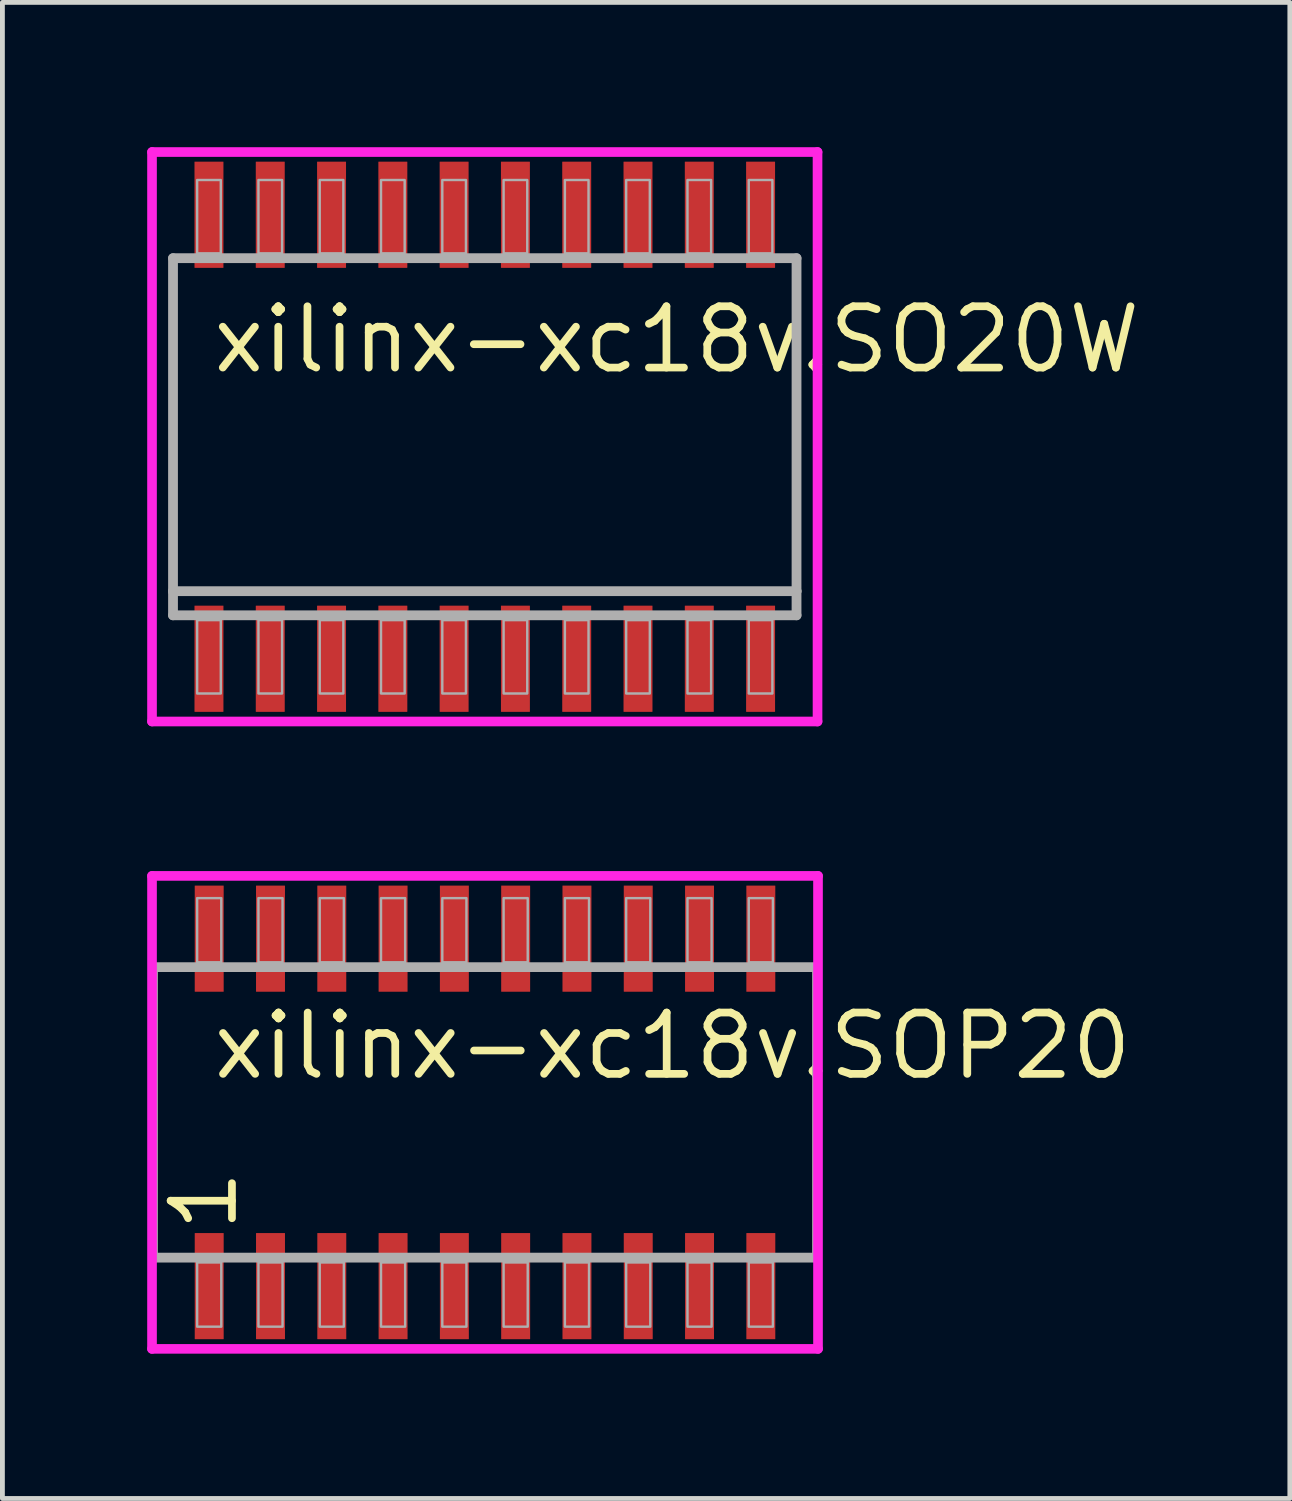
<source format=kicad_pcb>
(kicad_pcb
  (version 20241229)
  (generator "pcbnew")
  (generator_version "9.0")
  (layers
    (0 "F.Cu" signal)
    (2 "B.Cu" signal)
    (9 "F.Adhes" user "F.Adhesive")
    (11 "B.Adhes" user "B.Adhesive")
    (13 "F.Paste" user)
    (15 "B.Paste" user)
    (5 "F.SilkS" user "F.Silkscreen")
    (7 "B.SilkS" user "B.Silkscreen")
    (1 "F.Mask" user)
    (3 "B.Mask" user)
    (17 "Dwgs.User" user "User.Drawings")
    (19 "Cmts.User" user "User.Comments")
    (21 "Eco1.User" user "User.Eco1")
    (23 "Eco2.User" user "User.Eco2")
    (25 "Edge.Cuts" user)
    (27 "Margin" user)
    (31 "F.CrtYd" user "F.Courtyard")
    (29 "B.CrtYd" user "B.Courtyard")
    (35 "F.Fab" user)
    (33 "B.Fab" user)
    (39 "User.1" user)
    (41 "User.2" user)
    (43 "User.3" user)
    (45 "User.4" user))
  (footprint "xilinx-xc18v.SO20W"
    (layer "F.Cu")
    (at 6.995 6)
    (property "Reference" "xilinx-xc18v.SO20W" (at -5.715 -1.27 0) (layer "F.SilkS") (effects (font (size 1.27 1.27) (thickness 0.16)) (justify left bottom)))
    (attr smd)
    (fp_line (start -6.895 -5.9) (end 6.895 -5.9) (stroke (width 0.2) (type default)) (layer "F.CrtYd"))
    (fp_line (start -6.895 5.9) (end -6.895 -5.9) (stroke (width 0.2) (type default)) (layer "F.CrtYd"))
    (fp_line (start 6.895 -5.9) (end 6.895 5.9) (stroke (width 0.2) (type default)) (layer "F.CrtYd"))
    (fp_line (start 6.895 5.9) (end -6.895 5.9) (stroke (width 0.2) (type default)) (layer "F.CrtYd"))
    (fp_line (start -6.46 -3.7) (end 6.46 -3.7) (stroke (width 0.203) (type default)) (layer "F.Fab"))
    (fp_line (start -6.46 3.2) (end -6.46 -3.7) (stroke (width 0.203) (type default)) (layer "F.Fab"))
    (fp_line (start -6.46 3.7) (end -6.46 3.2) (stroke (width 0.203) (type default)) (layer "F.Fab"))
    (fp_line (start 6.46 -3.7) (end 6.46 3.2) (stroke (width 0.203) (type default)) (layer "F.Fab"))
    (fp_line (start 6.46 3.2) (end -6.46 3.2) (stroke (width 0.203) (type default)) (layer "F.Fab"))
    (fp_line (start 6.46 3.2) (end 6.46 3.7) (stroke (width 0.203) (type default)) (layer "F.Fab"))
    (fp_line (start 6.46 3.7) (end -6.46 3.7) (stroke (width 0.203) (type default)) (layer "F.Fab"))
    (fp_rect (start -5.96 -3.8) (end -5.47 -5.32) (stroke (width 0.05) (type default)) (fill no) (layer "F.Fab"))
    (fp_rect (start -5.96 5.32) (end -5.47 3.8) (stroke (width 0.05) (type default)) (fill no) (layer "F.Fab"))
    (fp_rect (start -4.69 -3.8) (end -4.2 -5.32) (stroke (width 0.05) (type default)) (fill no) (layer "F.Fab"))
    (fp_rect (start -4.69 5.32) (end -4.2 3.8) (stroke (width 0.05) (type default)) (fill no) (layer "F.Fab"))
    (fp_rect (start -3.42 -3.8) (end -2.93 -5.32) (stroke (width 0.05) (type default)) (fill no) (layer "F.Fab"))
    (fp_rect (start -3.42 5.32) (end -2.93 3.8) (stroke (width 0.05) (type default)) (fill no) (layer "F.Fab"))
    (fp_rect (start -2.15 -3.8) (end -1.66 -5.32) (stroke (width 0.05) (type default)) (fill no) (layer "F.Fab"))
    (fp_rect (start -2.15 5.32) (end -1.66 3.8) (stroke (width 0.05) (type default)) (fill no) (layer "F.Fab"))
    (fp_rect (start -0.88 -3.8) (end -0.39 -5.32) (stroke (width 0.05) (type default)) (fill no) (layer "F.Fab"))
    (fp_rect (start -0.88 5.32) (end -0.39 3.8) (stroke (width 0.05) (type default)) (fill no) (layer "F.Fab"))
    (fp_rect (start 0.39 -3.8) (end 0.88 -5.32) (stroke (width 0.05) (type default)) (fill no) (layer "F.Fab"))
    (fp_rect (start 0.39 5.32) (end 0.88 3.8) (stroke (width 0.05) (type default)) (fill no) (layer "F.Fab"))
    (fp_rect (start 1.66 -3.8) (end 2.15 -5.32) (stroke (width 0.05) (type default)) (fill no) (layer "F.Fab"))
    (fp_rect (start 1.66 5.32) (end 2.15 3.8) (stroke (width 0.05) (type default)) (fill no) (layer "F.Fab"))
    (fp_rect (start 2.93 -3.8) (end 3.42 -5.32) (stroke (width 0.05) (type default)) (fill no) (layer "F.Fab"))
    (fp_rect (start 2.93 5.32) (end 3.42 3.8) (stroke (width 0.05) (type default)) (fill no) (layer "F.Fab"))
    (fp_rect (start 4.2 -3.8) (end 4.69 -5.32) (stroke (width 0.05) (type default)) (fill no) (layer "F.Fab"))
    (fp_rect (start 4.2 5.32) (end 4.69 3.8) (stroke (width 0.05) (type default)) (fill no) (layer "F.Fab"))
    (fp_rect (start 5.47 -3.8) (end 5.96 -5.32) (stroke (width 0.05) (type default)) (fill no) (layer "F.Fab"))
    (fp_rect (start 5.47 5.32) (end 5.96 3.8) (stroke (width 0.05) (type default)) (fill no) (layer "F.Fab"))
    (pad "1" smd roundrect (at -5.715 4.6) (size 0.6 2.2) (layers "F.Cu" "F.Mask" "F.Paste") (roundrect_rratio 0.01))
    (pad "2" smd roundrect (at -4.445 4.6) (size 0.6 2.2) (layers "F.Cu" "F.Mask" "F.Paste") (roundrect_rratio 0.01))
    (pad "3" smd roundrect (at -3.175 4.6) (size 0.6 2.2) (layers "F.Cu" "F.Mask" "F.Paste") (roundrect_rratio 0.01))
    (pad "4" smd roundrect (at -1.905 4.6) (size 0.6 2.2) (layers "F.Cu" "F.Mask" "F.Paste") (roundrect_rratio 0.01))
    (pad "5" smd roundrect (at -0.635 4.6) (size 0.6 2.2) (layers "F.Cu" "F.Mask" "F.Paste") (roundrect_rratio 0.01))
    (pad "6" smd roundrect (at 0.635 4.6) (size 0.6 2.2) (layers "F.Cu" "F.Mask" "F.Paste") (roundrect_rratio 0.01))
    (pad "7" smd roundrect (at 1.905 4.6) (size 0.6 2.2) (layers "F.Cu" "F.Mask" "F.Paste") (roundrect_rratio 0.01))
    (pad "8" smd roundrect (at 3.175 4.6) (size 0.6 2.2) (layers "F.Cu" "F.Mask" "F.Paste") (roundrect_rratio 0.01))
    (pad "9" smd roundrect (at 4.445 4.6) (size 0.6 2.2) (layers "F.Cu" "F.Mask" "F.Paste") (roundrect_rratio 0.01))
    (pad "10" smd roundrect (at 5.715 4.6) (size 0.6 2.2) (layers "F.Cu" "F.Mask" "F.Paste") (roundrect_rratio 0.01))
    (pad "11" smd roundrect (at 5.715 -4.6) (size 0.6 2.2) (layers "F.Cu" "F.Mask" "F.Paste") (roundrect_rratio 0.01))
    (pad "12" smd roundrect (at 4.445 -4.6) (size 0.6 2.2) (layers "F.Cu" "F.Mask" "F.Paste") (roundrect_rratio 0.01))
    (pad "13" smd roundrect (at 3.175 -4.6) (size 0.6 2.2) (layers "F.Cu" "F.Mask" "F.Paste") (roundrect_rratio 0.01))
    (pad "14" smd roundrect (at 1.905 -4.6) (size 0.6 2.2) (layers "F.Cu" "F.Mask" "F.Paste") (roundrect_rratio 0.01))
    (pad "15" smd roundrect (at 0.635 -4.6) (size 0.6 2.2) (layers "F.Cu" "F.Mask" "F.Paste") (roundrect_rratio 0.01))
    (pad "16" smd roundrect (at -0.635 -4.6) (size 0.6 2.2) (layers "F.Cu" "F.Mask" "F.Paste") (roundrect_rratio 0.01))
    (pad "17" smd roundrect (at -1.905 -4.6) (size 0.6 2.2) (layers "F.Cu" "F.Mask" "F.Paste") (roundrect_rratio 0.01))
    (pad "18" smd roundrect (at -3.175 -4.6) (size 0.6 2.2) (layers "F.Cu" "F.Mask" "F.Paste") (roundrect_rratio 0.01))
    (pad "19" smd roundrect (at -4.445 -4.6) (size 0.6 2.2) (layers "F.Cu" "F.Mask" "F.Paste") (roundrect_rratio 0.01))
    (pad "20" smd roundrect (at -5.715 -4.6) (size 0.6 2.2) (layers "F.Cu" "F.Mask" "F.Paste") (roundrect_rratio 0.01)))
  (footprint "xilinx-xc18v.SOP20"
    (layer "F.Cu")
    (at 7 20)
    (property "Reference" "xilinx-xc18v.SOP20" (at -5.715 -0.635 0) (layer "F.SilkS") (effects (font (size 1.27 1.27) (thickness 0.16)) (justify left bottom)))
    (attr smd)
    (fp_line (start -6.9 -4.9) (end 6.9 -4.9) (stroke (width 0.2) (type default)) (layer "F.CrtYd"))
    (fp_line (start -6.9 4.9) (end -6.9 -4.9) (stroke (width 0.2) (type default)) (layer "F.CrtYd"))
    (fp_line (start 6.9 -4.9) (end 6.9 4.9) (stroke (width 0.2) (type default)) (layer "F.CrtYd"))
    (fp_line (start 6.9 4.9) (end -6.9 4.9) (stroke (width 0.2) (type default)) (layer "F.CrtYd"))
    (fp_line (start -6.88 -3.01) (end 6.88 -3.01) (stroke (width 0.203) (type default)) (layer "F.Fab"))
    (fp_line (start -6.88 3.01) (end -6.88 -3.01) (stroke (width 0.203) (type default)) (layer "F.Fab"))
    (fp_line (start 6.88 -3.01) (end 6.88 3.01) (stroke (width 0.203) (type default)) (layer "F.Fab"))
    (fp_line (start 6.88 3.01) (end -6.88 3.01) (stroke (width 0.203) (type default)) (layer "F.Fab"))
    (fp_rect (start -5.965 -3.11) (end -5.465 -4.44) (stroke (width 0.05) (type default)) (fill no) (layer "F.Fab"))
    (fp_rect (start -5.965 4.44) (end -5.465 3.11) (stroke (width 0.05) (type default)) (fill no) (layer "F.Fab"))
    (fp_rect (start -4.695 -3.11) (end -4.195 -4.44) (stroke (width 0.05) (type default)) (fill no) (layer "F.Fab"))
    (fp_rect (start -4.695 4.44) (end -4.195 3.11) (stroke (width 0.05) (type default)) (fill no) (layer "F.Fab"))
    (fp_rect (start -3.425 -3.11) (end -2.925 -4.44) (stroke (width 0.05) (type default)) (fill no) (layer "F.Fab"))
    (fp_rect (start -3.425 4.44) (end -2.925 3.11) (stroke (width 0.05) (type default)) (fill no) (layer "F.Fab"))
    (fp_rect (start -2.155 -3.11) (end -1.655 -4.44) (stroke (width 0.05) (type default)) (fill no) (layer "F.Fab"))
    (fp_rect (start -2.155 4.44) (end -1.655 3.11) (stroke (width 0.05) (type default)) (fill no) (layer "F.Fab"))
    (fp_rect (start -0.885 -3.11) (end -0.385 -4.44) (stroke (width 0.05) (type default)) (fill no) (layer "F.Fab"))
    (fp_rect (start -0.885 4.44) (end -0.385 3.11) (stroke (width 0.05) (type default)) (fill no) (layer "F.Fab"))
    (fp_rect (start 0.385 -3.11) (end 0.885 -4.44) (stroke (width 0.05) (type default)) (fill no) (layer "F.Fab"))
    (fp_rect (start 0.385 4.44) (end 0.885 3.11) (stroke (width 0.05) (type default)) (fill no) (layer "F.Fab"))
    (fp_rect (start 1.655 -3.11) (end 2.155 -4.44) (stroke (width 0.05) (type default)) (fill no) (layer "F.Fab"))
    (fp_rect (start 1.655 4.44) (end 2.155 3.11) (stroke (width 0.05) (type default)) (fill no) (layer "F.Fab"))
    (fp_rect (start 2.925 -3.11) (end 3.425 -4.44) (stroke (width 0.05) (type default)) (fill no) (layer "F.Fab"))
    (fp_rect (start 2.925 4.44) (end 3.425 3.11) (stroke (width 0.05) (type default)) (fill no) (layer "F.Fab"))
    (fp_rect (start 4.195 -3.11) (end 4.695 -4.44) (stroke (width 0.05) (type default)) (fill no) (layer "F.Fab"))
    (fp_rect (start 4.195 4.44) (end 4.695 3.11) (stroke (width 0.05) (type default)) (fill no) (layer "F.Fab"))
    (fp_rect (start 5.465 -3.11) (end 5.965 -4.44) (stroke (width 0.05) (type default)) (fill no) (layer "F.Fab"))
    (fp_rect (start 5.465 4.44) (end 5.965 3.11) (stroke (width 0.05) (type default)) (fill no) (layer "F.Fab"))
    (fp_text user "1" (at -5.08 2.54 90) (layer "F.SilkS") (effects (font (size 1.27 1.27) (thickness 0.16)) (justify left bottom)))
    (pad "1" smd roundrect (at -5.715 3.6) (size 0.6 2.2) (layers "F.Cu" "F.Mask" "F.Paste") (roundrect_rratio 0.01))
    (pad "2" smd roundrect (at -4.445 3.6) (size 0.6 2.2) (layers "F.Cu" "F.Mask" "F.Paste") (roundrect_rratio 0.01))
    (pad "3" smd roundrect (at -3.175 3.6) (size 0.6 2.2) (layers "F.Cu" "F.Mask" "F.Paste") (roundrect_rratio 0.01))
    (pad "4" smd roundrect (at -1.905 3.6) (size 0.6 2.2) (layers "F.Cu" "F.Mask" "F.Paste") (roundrect_rratio 0.01))
    (pad "5" smd roundrect (at -0.635 3.6) (size 0.6 2.2) (layers "F.Cu" "F.Mask" "F.Paste") (roundrect_rratio 0.01))
    (pad "6" smd roundrect (at 0.635 3.6) (size 0.6 2.2) (layers "F.Cu" "F.Mask" "F.Paste") (roundrect_rratio 0.01))
    (pad "7" smd roundrect (at 1.905 3.6) (size 0.6 2.2) (layers "F.Cu" "F.Mask" "F.Paste") (roundrect_rratio 0.01))
    (pad "8" smd roundrect (at 3.175 3.6) (size 0.6 2.2) (layers "F.Cu" "F.Mask" "F.Paste") (roundrect_rratio 0.01))
    (pad "9" smd roundrect (at 4.445 3.6) (size 0.6 2.2) (layers "F.Cu" "F.Mask" "F.Paste") (roundrect_rratio 0.01))
    (pad "10" smd roundrect (at 5.715 3.6) (size 0.6 2.2) (layers "F.Cu" "F.Mask" "F.Paste") (roundrect_rratio 0.01))
    (pad "11" smd roundrect (at 5.715 -3.6) (size 0.6 2.2) (layers "F.Cu" "F.Mask" "F.Paste") (roundrect_rratio 0.01))
    (pad "12" smd roundrect (at 4.445 -3.6) (size 0.6 2.2) (layers "F.Cu" "F.Mask" "F.Paste") (roundrect_rratio 0.01))
    (pad "13" smd roundrect (at 3.175 -3.6) (size 0.6 2.2) (layers "F.Cu" "F.Mask" "F.Paste") (roundrect_rratio 0.01))
    (pad "14" smd roundrect (at 1.905 -3.6) (size 0.6 2.2) (layers "F.Cu" "F.Mask" "F.Paste") (roundrect_rratio 0.01))
    (pad "15" smd roundrect (at 0.635 -3.6) (size 0.6 2.2) (layers "F.Cu" "F.Mask" "F.Paste") (roundrect_rratio 0.01))
    (pad "16" smd roundrect (at -0.635 -3.6) (size 0.6 2.2) (layers "F.Cu" "F.Mask" "F.Paste") (roundrect_rratio 0.01))
    (pad "17" smd roundrect (at -1.905 -3.6) (size 0.6 2.2) (layers "F.Cu" "F.Mask" "F.Paste") (roundrect_rratio 0.01))
    (pad "18" smd roundrect (at -3.175 -3.6) (size 0.6 2.2) (layers "F.Cu" "F.Mask" "F.Paste") (roundrect_rratio 0.01))
    (pad "19" smd roundrect (at -4.445 -3.6) (size 0.6 2.2) (layers "F.Cu" "F.Mask" "F.Paste") (roundrect_rratio 0.01))
    (pad "20" smd roundrect (at -5.715 -3.6) (size 0.6 2.2) (layers "F.Cu" "F.Mask" "F.Paste") (roundrect_rratio 0.01)))
  (gr_rect
    (start -3 -3)
    (end 23.677 28)
    (stroke (width 0.1) (type default))
    (fill no)
    (layer "Edge.Cuts")))
</source>
